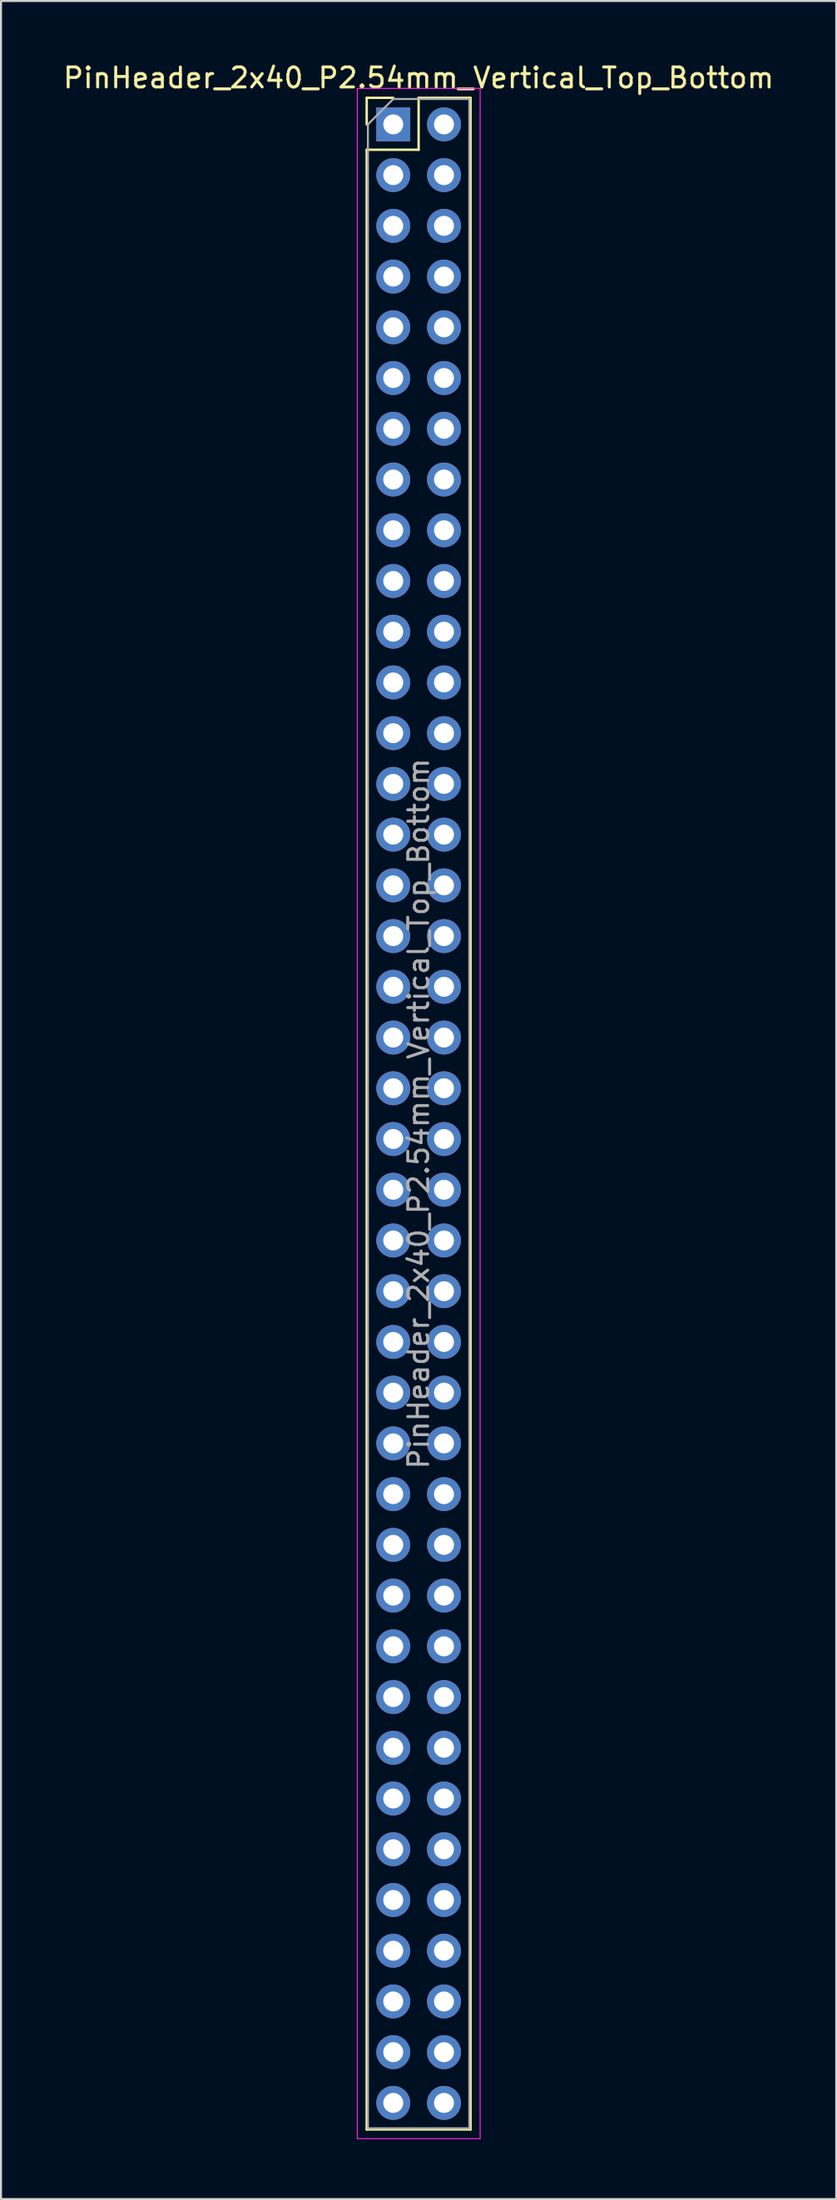
<source format=kicad_pcb>
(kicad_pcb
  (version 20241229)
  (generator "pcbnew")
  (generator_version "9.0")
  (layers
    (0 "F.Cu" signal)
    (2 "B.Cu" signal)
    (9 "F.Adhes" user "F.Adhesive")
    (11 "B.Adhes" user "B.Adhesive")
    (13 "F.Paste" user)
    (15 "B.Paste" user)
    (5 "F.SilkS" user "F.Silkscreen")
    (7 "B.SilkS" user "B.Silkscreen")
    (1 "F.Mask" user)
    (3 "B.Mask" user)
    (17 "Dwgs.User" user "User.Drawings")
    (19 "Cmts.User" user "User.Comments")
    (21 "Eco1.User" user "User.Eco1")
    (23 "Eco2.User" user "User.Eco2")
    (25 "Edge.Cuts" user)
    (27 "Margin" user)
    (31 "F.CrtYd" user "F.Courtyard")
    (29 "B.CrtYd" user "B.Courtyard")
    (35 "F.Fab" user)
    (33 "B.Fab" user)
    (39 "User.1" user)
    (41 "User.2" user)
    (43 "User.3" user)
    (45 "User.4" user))
  (footprint "PinHeader_2x40_P2.54mm_Vertical_Top_Bottom"
    (layer "F.Cu")
    (at 16.641 3.178)
    (property "Reference" "PinHeader_2x40_P2.54mm_Vertical_Top_Bottom" (at 1.27 -2.33 0) (layer "F.SilkS") (effects (font (size 1 1) (thickness 0.15))))
    (attr through_hole)
    (fp_line (start -1.33 -1.33) (end 0 -1.33) (stroke (width 0.12) (type solid)) (layer "F.SilkS"))
    (fp_line (start -1.33 0) (end -1.33 -1.33) (stroke (width 0.12) (type solid)) (layer "F.SilkS"))
    (fp_line (start -1.33 1.27) (end -1.33 100.39) (stroke (width 0.12) (type solid)) (layer "F.SilkS"))
    (fp_line (start -1.33 1.27) (end 1.27 1.27) (stroke (width 0.12) (type solid)) (layer "F.SilkS"))
    (fp_line (start -1.33 100.39) (end 3.87 100.39) (stroke (width 0.12) (type solid)) (layer "F.SilkS"))
    (fp_line (start 1.27 -1.33) (end 3.87 -1.33) (stroke (width 0.12) (type solid)) (layer "F.SilkS"))
    (fp_line (start 1.27 1.27) (end 1.27 -1.33) (stroke (width 0.12) (type solid)) (layer "F.SilkS"))
    (fp_line (start 3.87 -1.33) (end 3.87 100.39) (stroke (width 0.12) (type solid)) (layer "F.SilkS"))
    (fp_line (start -1.8 -1.8) (end -1.8 100.85) (stroke (width 0.05) (type solid)) (layer "F.CrtYd"))
    (fp_line (start -1.8 100.85) (end 4.35 100.85) (stroke (width 0.05) (type solid)) (layer "F.CrtYd"))
    (fp_line (start 4.35 -1.8) (end -1.8 -1.8) (stroke (width 0.05) (type solid)) (layer "F.CrtYd"))
    (fp_line (start 4.35 100.85) (end 4.35 -1.8) (stroke (width 0.05) (type solid)) (layer "F.CrtYd"))
    (fp_line (start -1.27 0) (end 0 -1.27) (stroke (width 0.1) (type solid)) (layer "F.Fab"))
    (fp_line (start -1.27 100.33) (end -1.27 0) (stroke (width 0.1) (type solid)) (layer "F.Fab"))
    (fp_line (start 0 -1.27) (end 3.81 -1.27) (stroke (width 0.1) (type solid)) (layer "F.Fab"))
    (fp_line (start 3.81 -1.27) (end 3.81 100.33) (stroke (width 0.1) (type solid)) (layer "F.Fab"))
    (fp_line (start 3.81 100.33) (end -1.27 100.33) (stroke (width 0.1) (type solid)) (layer "F.Fab"))
    (fp_text user "${REFERENCE}" (at 1.27 49.53 90) (layer "F.Fab") (effects (font (size 1 1) (thickness 0.15))))
    (pad "1" thru_hole rect (at 0 0) (size 1.7 1.7) (drill 1) (layers "*.Cu" "*.Mask"))
    (pad "2" thru_hole oval (at 0 2.54) (size 1.7 1.7) (drill 1) (layers "*.Cu" "*.Mask"))
    (pad "3" thru_hole oval (at 0 5.08) (size 1.7 1.7) (drill 1) (layers "*.Cu" "*.Mask"))
    (pad "4" thru_hole oval (at 0 7.62) (size 1.7 1.7) (drill 1) (layers "*.Cu" "*.Mask"))
    (pad "5" thru_hole oval (at 0 10.16) (size 1.7 1.7) (drill 1) (layers "*.Cu" "*.Mask"))
    (pad "6" thru_hole oval (at 0 12.7) (size 1.7 1.7) (drill 1) (layers "*.Cu" "*.Mask"))
    (pad "7" thru_hole oval (at 0 15.24) (size 1.7 1.7) (drill 1) (layers "*.Cu" "*.Mask"))
    (pad "8" thru_hole oval (at 0 17.78) (size 1.7 1.7) (drill 1) (layers "*.Cu" "*.Mask"))
    (pad "9" thru_hole oval (at 0 20.32) (size 1.7 1.7) (drill 1) (layers "*.Cu" "*.Mask"))
    (pad "10" thru_hole oval (at 0 22.86) (size 1.7 1.7) (drill 1) (layers "*.Cu" "*.Mask"))
    (pad "11" thru_hole oval (at 0 25.4) (size 1.7 1.7) (drill 1) (layers "*.Cu" "*.Mask"))
    (pad "12" thru_hole oval (at 0 27.94) (size 1.7 1.7) (drill 1) (layers "*.Cu" "*.Mask"))
    (pad "13" thru_hole oval (at 0 30.48) (size 1.7 1.7) (drill 1) (layers "*.Cu" "*.Mask"))
    (pad "14" thru_hole oval (at 0 33.02) (size 1.7 1.7) (drill 1) (layers "*.Cu" "*.Mask"))
    (pad "15" thru_hole oval (at 0 35.56) (size 1.7 1.7) (drill 1) (layers "*.Cu" "*.Mask"))
    (pad "16" thru_hole oval (at 0 38.1) (size 1.7 1.7) (drill 1) (layers "*.Cu" "*.Mask"))
    (pad "17" thru_hole oval (at 0 40.64) (size 1.7 1.7) (drill 1) (layers "*.Cu" "*.Mask"))
    (pad "18" thru_hole oval (at 0 43.18) (size 1.7 1.7) (drill 1) (layers "*.Cu" "*.Mask"))
    (pad "19" thru_hole oval (at 0 45.72) (size 1.7 1.7) (drill 1) (layers "*.Cu" "*.Mask"))
    (pad "20" thru_hole oval (at 0 48.26) (size 1.7 1.7) (drill 1) (layers "*.Cu" "*.Mask"))
    (pad "21" thru_hole oval (at 0 50.8) (size 1.7 1.7) (drill 1) (layers "*.Cu" "*.Mask"))
    (pad "22" thru_hole oval (at 0 53.34) (size 1.7 1.7) (drill 1) (layers "*.Cu" "*.Mask"))
    (pad "23" thru_hole oval (at 0 55.88) (size 1.7 1.7) (drill 1) (layers "*.Cu" "*.Mask"))
    (pad "24" thru_hole oval (at 0 58.42) (size 1.7 1.7) (drill 1) (layers "*.Cu" "*.Mask"))
    (pad "25" thru_hole oval (at 0 60.96) (size 1.7 1.7) (drill 1) (layers "*.Cu" "*.Mask"))
    (pad "26" thru_hole oval (at 0 63.5) (size 1.7 1.7) (drill 1) (layers "*.Cu" "*.Mask"))
    (pad "27" thru_hole oval (at 0 66.04) (size 1.7 1.7) (drill 1) (layers "*.Cu" "*.Mask"))
    (pad "28" thru_hole oval (at 0 68.58) (size 1.7 1.7) (drill 1) (layers "*.Cu" "*.Mask"))
    (pad "29" thru_hole oval (at 0 71.12) (size 1.7 1.7) (drill 1) (layers "*.Cu" "*.Mask"))
    (pad "30" thru_hole oval (at 0 73.66) (size 1.7 1.7) (drill 1) (layers "*.Cu" "*.Mask"))
    (pad "31" thru_hole oval (at 0 76.2) (size 1.7 1.7) (drill 1) (layers "*.Cu" "*.Mask"))
    (pad "32" thru_hole oval (at 0 78.74) (size 1.7 1.7) (drill 1) (layers "*.Cu" "*.Mask"))
    (pad "33" thru_hole oval (at 0 81.28) (size 1.7 1.7) (drill 1) (layers "*.Cu" "*.Mask"))
    (pad "34" thru_hole oval (at 0 83.82) (size 1.7 1.7) (drill 1) (layers "*.Cu" "*.Mask"))
    (pad "35" thru_hole oval (at 0 86.36) (size 1.7 1.7) (drill 1) (layers "*.Cu" "*.Mask"))
    (pad "36" thru_hole oval (at 0 88.9) (size 1.7 1.7) (drill 1) (layers "*.Cu" "*.Mask"))
    (pad "37" thru_hole oval (at 0 91.44) (size 1.7 1.7) (drill 1) (layers "*.Cu" "*.Mask"))
    (pad "38" thru_hole oval (at 0 93.98) (size 1.7 1.7) (drill 1) (layers "*.Cu" "*.Mask"))
    (pad "39" thru_hole oval (at 0 96.52) (size 1.7 1.7) (drill 1) (layers "*.Cu" "*.Mask"))
    (pad "40" thru_hole oval (at 0 99.06) (size 1.7 1.7) (drill 1) (layers "*.Cu" "*.Mask"))
    (pad "41" thru_hole oval (at 2.54 0) (size 1.7 1.7) (drill 1) (layers "*.Cu" "*.Mask"))
    (pad "42" thru_hole oval (at 2.54 2.54) (size 1.7 1.7) (drill 1) (layers "*.Cu" "*.Mask"))
    (pad "43" thru_hole oval (at 2.54 5.08) (size 1.7 1.7) (drill 1) (layers "*.Cu" "*.Mask"))
    (pad "44" thru_hole oval (at 2.54 7.62) (size 1.7 1.7) (drill 1) (layers "*.Cu" "*.Mask"))
    (pad "45" thru_hole oval (at 2.54 10.16) (size 1.7 1.7) (drill 1) (layers "*.Cu" "*.Mask"))
    (pad "46" thru_hole oval (at 2.54 12.7) (size 1.7 1.7) (drill 1) (layers "*.Cu" "*.Mask"))
    (pad "47" thru_hole oval (at 2.54 15.24) (size 1.7 1.7) (drill 1) (layers "*.Cu" "*.Mask"))
    (pad "48" thru_hole oval (at 2.54 17.78) (size 1.7 1.7) (drill 1) (layers "*.Cu" "*.Mask"))
    (pad "49" thru_hole oval (at 2.54 20.32) (size 1.7 1.7) (drill 1) (layers "*.Cu" "*.Mask"))
    (pad "50" thru_hole oval (at 2.54 22.86) (size 1.7 1.7) (drill 1) (layers "*.Cu" "*.Mask"))
    (pad "51" thru_hole oval (at 2.54 25.4) (size 1.7 1.7) (drill 1) (layers "*.Cu" "*.Mask"))
    (pad "52" thru_hole oval (at 2.54 27.94) (size 1.7 1.7) (drill 1) (layers "*.Cu" "*.Mask"))
    (pad "53" thru_hole oval (at 2.54 30.48) (size 1.7 1.7) (drill 1) (layers "*.Cu" "*.Mask"))
    (pad "54" thru_hole oval (at 2.54 33.02) (size 1.7 1.7) (drill 1) (layers "*.Cu" "*.Mask"))
    (pad "55" thru_hole oval (at 2.54 35.56) (size 1.7 1.7) (drill 1) (layers "*.Cu" "*.Mask"))
    (pad "56" thru_hole oval (at 2.54 38.1) (size 1.7 1.7) (drill 1) (layers "*.Cu" "*.Mask"))
    (pad "57" thru_hole oval (at 2.54 40.64) (size 1.7 1.7) (drill 1) (layers "*.Cu" "*.Mask"))
    (pad "58" thru_hole oval (at 2.54 43.18) (size 1.7 1.7) (drill 1) (layers "*.Cu" "*.Mask"))
    (pad "59" thru_hole oval (at 2.54 45.72) (size 1.7 1.7) (drill 1) (layers "*.Cu" "*.Mask"))
    (pad "60" thru_hole oval (at 2.54 48.26) (size 1.7 1.7) (drill 1) (layers "*.Cu" "*.Mask"))
    (pad "61" thru_hole oval (at 2.54 50.8) (size 1.7 1.7) (drill 1) (layers "*.Cu" "*.Mask"))
    (pad "62" thru_hole oval (at 2.54 53.34) (size 1.7 1.7) (drill 1) (layers "*.Cu" "*.Mask"))
    (pad "63" thru_hole oval (at 2.54 55.88) (size 1.7 1.7) (drill 1) (layers "*.Cu" "*.Mask"))
    (pad "64" thru_hole oval (at 2.54 58.42) (size 1.7 1.7) (drill 1) (layers "*.Cu" "*.Mask"))
    (pad "65" thru_hole oval (at 2.54 60.96) (size 1.7 1.7) (drill 1) (layers "*.Cu" "*.Mask"))
    (pad "66" thru_hole oval (at 2.54 63.5) (size 1.7 1.7) (drill 1) (layers "*.Cu" "*.Mask"))
    (pad "67" thru_hole oval (at 2.54 66.04) (size 1.7 1.7) (drill 1) (layers "*.Cu" "*.Mask"))
    (pad "68" thru_hole oval (at 2.54 68.58) (size 1.7 1.7) (drill 1) (layers "*.Cu" "*.Mask"))
    (pad "69" thru_hole oval (at 2.54 71.12) (size 1.7 1.7) (drill 1) (layers "*.Cu" "*.Mask"))
    (pad "70" thru_hole oval (at 2.54 73.66) (size 1.7 1.7) (drill 1) (layers "*.Cu" "*.Mask"))
    (pad "71" thru_hole oval (at 2.54 76.2) (size 1.7 1.7) (drill 1) (layers "*.Cu" "*.Mask"))
    (pad "72" thru_hole oval (at 2.54 78.74) (size 1.7 1.7) (drill 1) (layers "*.Cu" "*.Mask"))
    (pad "73" thru_hole oval (at 2.54 81.28) (size 1.7 1.7) (drill 1) (layers "*.Cu" "*.Mask"))
    (pad "74" thru_hole oval (at 2.54 83.82) (size 1.7 1.7) (drill 1) (layers "*.Cu" "*.Mask"))
    (pad "75" thru_hole oval (at 2.54 86.36) (size 1.7 1.7) (drill 1) (layers "*.Cu" "*.Mask"))
    (pad "76" thru_hole oval (at 2.54 88.9) (size 1.7 1.7) (drill 1) (layers "*.Cu" "*.Mask"))
    (pad "77" thru_hole oval (at 2.54 91.44) (size 1.7 1.7) (drill 1) (layers "*.Cu" "*.Mask"))
    (pad "78" thru_hole oval (at 2.54 93.98) (size 1.7 1.7) (drill 1) (layers "*.Cu" "*.Mask"))
    (pad "79" thru_hole oval (at 2.54 96.52) (size 1.7 1.7) (drill 1) (layers "*.Cu" "*.Mask"))
    (pad "80" thru_hole oval (at 2.54 99.06) (size 1.7 1.7) (drill 1) (layers "*.Cu" "*.Mask")))
  (gr_rect
    (start -3 -3)
    (end 38.821 107.053)
    (stroke (width 0.1) (type default))
    (fill no)
    (layer "Edge.Cuts")))
</source>
